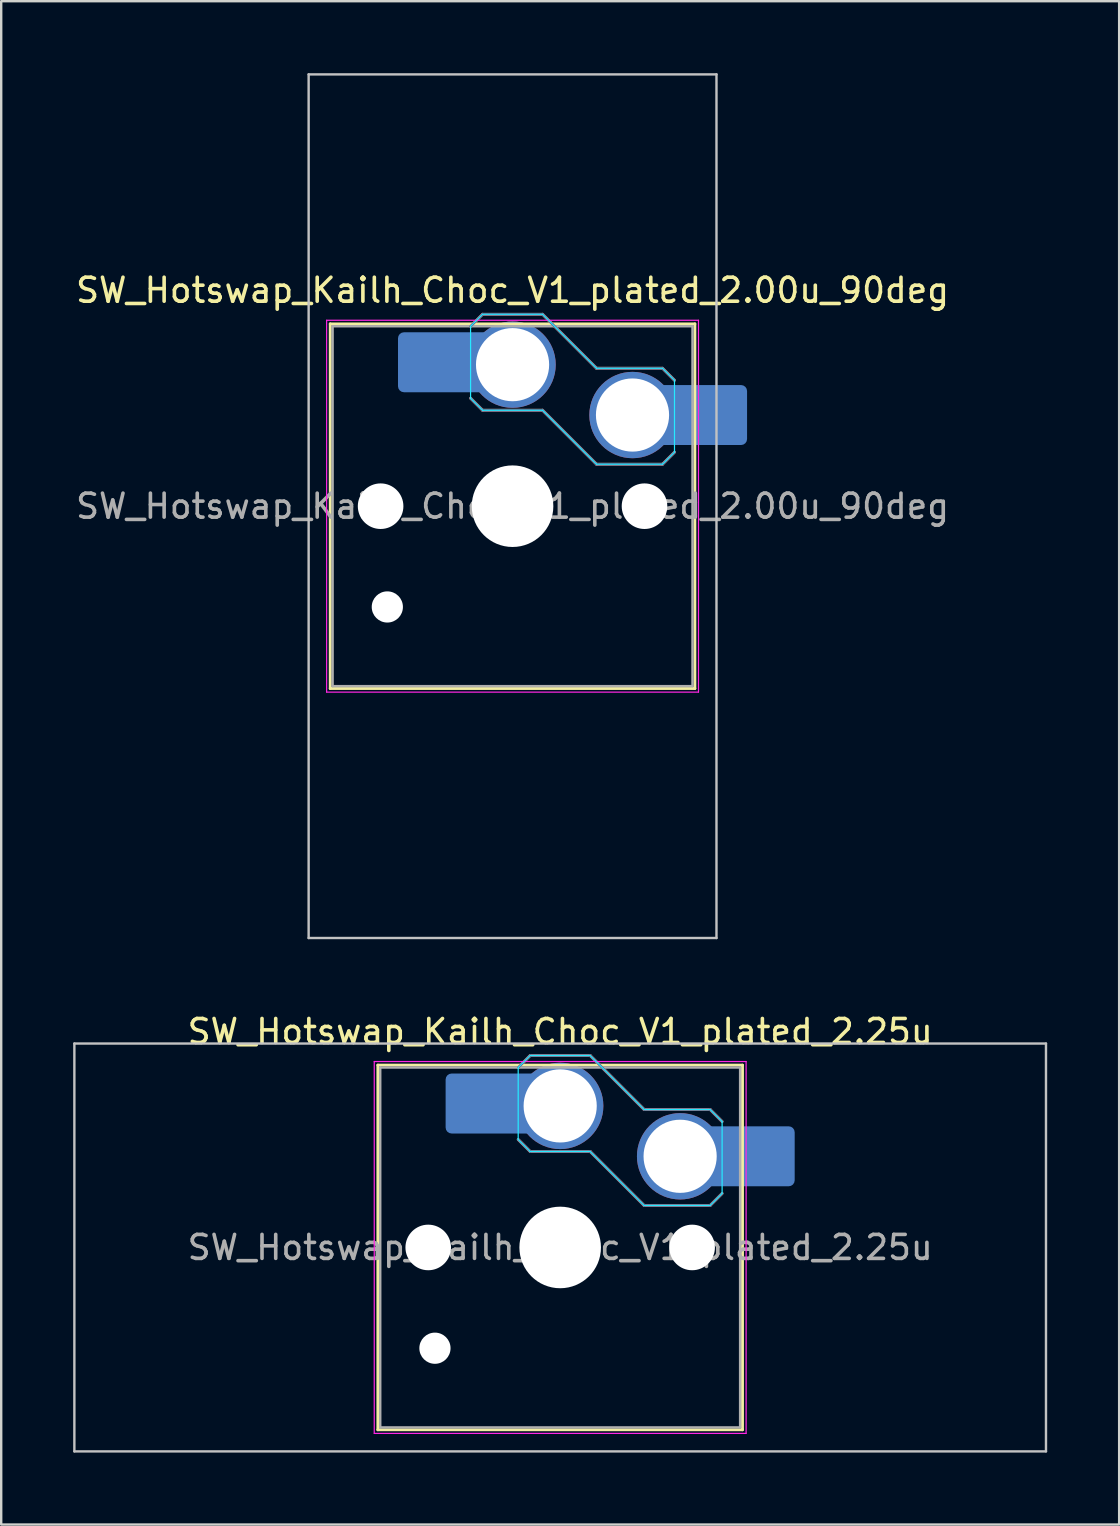
<source format=kicad_pcb>
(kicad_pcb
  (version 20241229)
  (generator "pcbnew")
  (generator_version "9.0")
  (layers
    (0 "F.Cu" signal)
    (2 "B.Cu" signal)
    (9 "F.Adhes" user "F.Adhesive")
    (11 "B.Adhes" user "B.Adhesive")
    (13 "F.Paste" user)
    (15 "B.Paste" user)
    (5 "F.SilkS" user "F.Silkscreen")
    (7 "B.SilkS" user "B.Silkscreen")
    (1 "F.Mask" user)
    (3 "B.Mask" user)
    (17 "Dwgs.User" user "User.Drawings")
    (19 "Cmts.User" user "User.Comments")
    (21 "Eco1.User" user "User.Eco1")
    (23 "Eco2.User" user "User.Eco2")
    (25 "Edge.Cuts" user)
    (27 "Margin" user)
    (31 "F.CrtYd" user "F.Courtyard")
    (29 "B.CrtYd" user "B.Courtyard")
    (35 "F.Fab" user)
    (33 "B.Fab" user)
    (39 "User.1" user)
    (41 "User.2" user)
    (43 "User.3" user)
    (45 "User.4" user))
  (footprint "SW_Hotswap_Kailh_Choc_V1_plated_2.00u_90deg"
    (layer "F.Cu")
    (at 18.315 18.05)
    (property "Reference" "SW_Hotswap_Kailh_Choc_V1_plated_2.00u_90deg" (at 0 -9 0) (layer "F.SilkS") (effects (font (size 1 1) (thickness 0.15))))
    (attr smd)
    (fp_line (start -7.6 -7.6) (end -7.6 7.6) (stroke (width 0.12) (type solid)) (layer "F.SilkS"))
    (fp_line (start -7.6 7.6) (end 7.6 7.6) (stroke (width 0.12) (type solid)) (layer "F.SilkS"))
    (fp_line (start 7.6 -7.6) (end -7.6 -7.6) (stroke (width 0.12) (type solid)) (layer "F.SilkS"))
    (fp_line (start 7.6 7.6) (end 7.6 -7.6) (stroke (width 0.12) (type solid)) (layer "F.SilkS"))
    (fp_line (start -1.75 -7.5) (end -1.25 -8) (stroke (width 0.12) (type solid)) (layer "B.SilkS"))
    (fp_line (start -1.25 -8) (end 1.25 -8) (stroke (width 0.12) (type solid)) (layer "B.SilkS"))
    (fp_line (start -1.25 -4) (end -1.75 -4.5) (stroke (width 0.12) (type solid)) (layer "B.SilkS"))
    (fp_line (start 1.25 -8) (end 3.5 -5.75) (stroke (width 0.12) (type solid)) (layer "B.SilkS"))
    (fp_line (start 1.25 -4) (end -1.25 -4) (stroke (width 0.12) (type solid)) (layer "B.SilkS"))
    (fp_line (start 3.5 -5.75) (end 6.25 -5.75) (stroke (width 0.12) (type solid)) (layer "B.SilkS"))
    (fp_line (start 3.5 -1.75) (end 1.25 -4) (stroke (width 0.12) (type solid)) (layer "B.SilkS"))
    (fp_line (start 6.25 -5.75) (end 6.75 -5.25) (stroke (width 0.12) (type solid)) (layer "B.SilkS"))
    (fp_line (start 6.25 -1.75) (end 3.5 -1.75) (stroke (width 0.12) (type solid)) (layer "B.SilkS"))
    (fp_line (start 6.75 -2.25) (end 6.25 -1.75) (stroke (width 0.12) (type solid)) (layer "B.SilkS"))
    (fp_line (start -8.5 -18) (end 8.5 -18) (stroke (width 0.1) (type solid)) (layer "Dwgs.User"))
    (fp_line (start -8.5 18) (end -8.5 -18) (stroke (width 0.1) (type solid)) (layer "Dwgs.User"))
    (fp_line (start 8.5 -18) (end 8.5 18) (stroke (width 0.1) (type solid)) (layer "Dwgs.User"))
    (fp_line (start 8.5 18) (end -8.5 18) (stroke (width 0.1) (type solid)) (layer "Dwgs.User"))
    (fp_line (start -7.25 -7.25) (end -7.25 7.25) (stroke (width 0.1) (type solid)) (layer "Eco1.User"))
    (fp_line (start -7.25 7.25) (end 7.25 7.25) (stroke (width 0.1) (type solid)) (layer "Eco1.User"))
    (fp_line (start 7.25 -7.25) (end -7.25 -7.25) (stroke (width 0.1) (type solid)) (layer "Eco1.User"))
    (fp_line (start 7.25 7.25) (end 7.25 -7.25) (stroke (width 0.1) (type solid)) (layer "Eco1.User"))
    (fp_line (start -1.75 -7.5) (end -1.25 -8) (stroke (width 0.05) (type solid)) (layer "B.CrtYd"))
    (fp_line (start -1.75 -4.5) (end -1.75 -7.5) (stroke (width 0.05) (type solid)) (layer "B.CrtYd"))
    (fp_line (start -1.25 -8) (end 1.25 -8) (stroke (width 0.05) (type solid)) (layer "B.CrtYd"))
    (fp_line (start -1.25 -4) (end -1.75 -4.5) (stroke (width 0.05) (type solid)) (layer "B.CrtYd"))
    (fp_line (start 1.25 -8) (end 3.5 -5.75) (stroke (width 0.05) (type solid)) (layer "B.CrtYd"))
    (fp_line (start 1.25 -4) (end -1.25 -4) (stroke (width 0.05) (type solid)) (layer "B.CrtYd"))
    (fp_line (start 3.5 -5.75) (end 6.25 -5.75) (stroke (width 0.05) (type solid)) (layer "B.CrtYd"))
    (fp_line (start 3.5 -1.75) (end 1.25 -4) (stroke (width 0.05) (type solid)) (layer "B.CrtYd"))
    (fp_line (start 6.25 -5.75) (end 6.75 -5.25) (stroke (width 0.05) (type solid)) (layer "B.CrtYd"))
    (fp_line (start 6.25 -1.75) (end 3.5 -1.75) (stroke (width 0.05) (type solid)) (layer "B.CrtYd"))
    (fp_line (start 6.75 -5.25) (end 6.75 -2.25) (stroke (width 0.05) (type solid)) (layer "B.CrtYd"))
    (fp_line (start 6.75 -2.25) (end 6.25 -1.75) (stroke (width 0.05) (type solid)) (layer "B.CrtYd"))
    (fp_line (start -7.75 -7.75) (end -7.75 7.75) (stroke (width 0.05) (type solid)) (layer "F.CrtYd"))
    (fp_line (start -7.75 7.75) (end 7.75 7.75) (stroke (width 0.05) (type solid)) (layer "F.CrtYd"))
    (fp_line (start 7.75 -7.75) (end -7.75 -7.75) (stroke (width 0.05) (type solid)) (layer "F.CrtYd"))
    (fp_line (start 7.75 7.75) (end 7.75 -7.75) (stroke (width 0.05) (type solid)) (layer "F.CrtYd"))
    (fp_line (start -1.75 -7.5) (end -1.25 -8) (stroke (width 0.1) (type solid)) (layer "B.Fab"))
    (fp_line (start -1.25 -8) (end 1.25 -8) (stroke (width 0.1) (type solid)) (layer "B.Fab"))
    (fp_line (start -1.25 -4) (end -1.75 -4.5) (stroke (width 0.1) (type solid)) (layer "B.Fab"))
    (fp_line (start 1.25 -8) (end 3.5 -5.75) (stroke (width 0.1) (type solid)) (layer "B.Fab"))
    (fp_line (start 1.25 -4) (end -1.25 -4) (stroke (width 0.1) (type solid)) (layer "B.Fab"))
    (fp_line (start 3.5 -5.75) (end 6.25 -5.75) (stroke (width 0.1) (type solid)) (layer "B.Fab"))
    (fp_line (start 3.5 -1.75) (end 1.25 -4) (stroke (width 0.1) (type solid)) (layer "B.Fab"))
    (fp_line (start 6.25 -5.75) (end 6.75 -5.25) (stroke (width 0.1) (type solid)) (layer "B.Fab"))
    (fp_line (start 6.25 -1.75) (end 3.5 -1.75) (stroke (width 0.1) (type solid)) (layer "B.Fab"))
    (fp_line (start 6.75 -2.25) (end 6.25 -1.75) (stroke (width 0.1) (type solid)) (layer "B.Fab"))
    (fp_line (start -7.5 -7.5) (end -7.5 7.5) (stroke (width 0.1) (type solid)) (layer "F.Fab"))
    (fp_line (start -7.5 7.5) (end 7.5 7.5) (stroke (width 0.1) (type solid)) (layer "F.Fab"))
    (fp_line (start 7.5 -7.5) (end -7.5 -7.5) (stroke (width 0.1) (type solid)) (layer "F.Fab"))
    (fp_line (start 7.5 7.5) (end 7.5 -7.5) (stroke (width 0.1) (type solid)) (layer "F.Fab"))
    (fp_text user "${REFERENCE}" (at 0 0 0) (layer "F.Fab") (effects (font (size 1 1) (thickness 0.15))))
    (pad "" np_thru_hole circle (at -5.5 0) (size 1.9 1.9) (drill 1.9) (layers "*.Cu" "*.Mask"))
    (pad "" np_thru_hole circle (at -5.22 4.2) (size 1.3 1.3) (drill 1.3) (layers "*.Cu" "*.Mask"))
    (pad "" smd roundrect (at -3.5 -6) (size 2.55 2.5) (layers "B.Mask" "B.Paste") (roundrect_rratio 0.1))
    (pad "" np_thru_hole circle (at 0 0) (size 3.4 3.4) (drill 3.4) (layers "*.Cu" "*.Mask"))
    (pad "" np_thru_hole circle (at 5.5 0) (size 1.9 1.9) (drill 1.9) (layers "*.Cu" "*.Mask"))
    (pad "" smd roundrect (at 8.5 -3.8) (size 2.55 2.5) (layers "B.Mask" "B.Paste") (roundrect_rratio 0.1))
    (pad "1" smd roundrect (at -2.85 -6) (size 3.85 2.5) (layers "B.Cu") (roundrect_rratio 0.1))
    (pad "1" thru_hole circle (at 0 -5.9) (size 3.6 3.6) (drill 3.05) (layers "*.Cu" "B.Mask"))
    (pad "2" thru_hole circle (at 5 -3.8) (size 3.6 3.6) (drill 3.05) (layers "*.Cu" "B.Mask"))
    (pad "2" smd roundrect (at 7.85 -3.8) (size 3.85 2.5) (layers "B.Cu") (roundrect_rratio 0.1)))
  (footprint "SW_Hotswap_Kailh_Choc_V1_plated_2.25u"
    (layer "F.Cu")
    (at 20.3 48.948)
    (property "Reference" "SW_Hotswap_Kailh_Choc_V1_plated_2.25u" (at 0 -9 0) (layer "F.SilkS") (effects (font (size 1 1) (thickness 0.15))))
    (attr smd)
    (fp_line (start -7.6 -7.6) (end -7.6 7.6) (stroke (width 0.12) (type solid)) (layer "F.SilkS"))
    (fp_line (start -7.6 7.6) (end 7.6 7.6) (stroke (width 0.12) (type solid)) (layer "F.SilkS"))
    (fp_line (start 7.6 -7.6) (end -7.6 -7.6) (stroke (width 0.12) (type solid)) (layer "F.SilkS"))
    (fp_line (start 7.6 7.6) (end 7.6 -7.6) (stroke (width 0.12) (type solid)) (layer "F.SilkS"))
    (fp_line (start -1.75 -7.5) (end -1.25 -8) (stroke (width 0.12) (type solid)) (layer "B.SilkS"))
    (fp_line (start -1.25 -8) (end 1.25 -8) (stroke (width 0.12) (type solid)) (layer "B.SilkS"))
    (fp_line (start -1.25 -4) (end -1.75 -4.5) (stroke (width 0.12) (type solid)) (layer "B.SilkS"))
    (fp_line (start 1.25 -8) (end 3.5 -5.75) (stroke (width 0.12) (type solid)) (layer "B.SilkS"))
    (fp_line (start 1.25 -4) (end -1.25 -4) (stroke (width 0.12) (type solid)) (layer "B.SilkS"))
    (fp_line (start 3.5 -5.75) (end 6.25 -5.75) (stroke (width 0.12) (type solid)) (layer "B.SilkS"))
    (fp_line (start 3.5 -1.75) (end 1.25 -4) (stroke (width 0.12) (type solid)) (layer "B.SilkS"))
    (fp_line (start 6.25 -5.75) (end 6.75 -5.25) (stroke (width 0.12) (type solid)) (layer "B.SilkS"))
    (fp_line (start 6.25 -1.75) (end 3.5 -1.75) (stroke (width 0.12) (type solid)) (layer "B.SilkS"))
    (fp_line (start 6.75 -2.25) (end 6.25 -1.75) (stroke (width 0.12) (type solid)) (layer "B.SilkS"))
    (fp_line (start -20.25 -8.5) (end -20.25 8.5) (stroke (width 0.1) (type solid)) (layer "Dwgs.User"))
    (fp_line (start -20.25 8.5) (end 20.25 8.5) (stroke (width 0.1) (type solid)) (layer "Dwgs.User"))
    (fp_line (start 20.25 -8.5) (end -20.25 -8.5) (stroke (width 0.1) (type solid)) (layer "Dwgs.User"))
    (fp_line (start 20.25 8.5) (end 20.25 -8.5) (stroke (width 0.1) (type solid)) (layer "Dwgs.User"))
    (fp_line (start -7.25 -7.25) (end -7.25 7.25) (stroke (width 0.1) (type solid)) (layer "Eco1.User"))
    (fp_line (start -7.25 7.25) (end 7.25 7.25) (stroke (width 0.1) (type solid)) (layer "Eco1.User"))
    (fp_line (start 7.25 -7.25) (end -7.25 -7.25) (stroke (width 0.1) (type solid)) (layer "Eco1.User"))
    (fp_line (start 7.25 7.25) (end 7.25 -7.25) (stroke (width 0.1) (type solid)) (layer "Eco1.User"))
    (fp_line (start -1.75 -7.5) (end -1.25 -8) (stroke (width 0.05) (type solid)) (layer "B.CrtYd"))
    (fp_line (start -1.75 -4.5) (end -1.75 -7.5) (stroke (width 0.05) (type solid)) (layer "B.CrtYd"))
    (fp_line (start -1.25 -8) (end 1.25 -8) (stroke (width 0.05) (type solid)) (layer "B.CrtYd"))
    (fp_line (start -1.25 -4) (end -1.75 -4.5) (stroke (width 0.05) (type solid)) (layer "B.CrtYd"))
    (fp_line (start 1.25 -8) (end 3.5 -5.75) (stroke (width 0.05) (type solid)) (layer "B.CrtYd"))
    (fp_line (start 1.25 -4) (end -1.25 -4) (stroke (width 0.05) (type solid)) (layer "B.CrtYd"))
    (fp_line (start 3.5 -5.75) (end 6.25 -5.75) (stroke (width 0.05) (type solid)) (layer "B.CrtYd"))
    (fp_line (start 3.5 -1.75) (end 1.25 -4) (stroke (width 0.05) (type solid)) (layer "B.CrtYd"))
    (fp_line (start 6.25 -5.75) (end 6.75 -5.25) (stroke (width 0.05) (type solid)) (layer "B.CrtYd"))
    (fp_line (start 6.25 -1.75) (end 3.5 -1.75) (stroke (width 0.05) (type solid)) (layer "B.CrtYd"))
    (fp_line (start 6.75 -5.25) (end 6.75 -2.25) (stroke (width 0.05) (type solid)) (layer "B.CrtYd"))
    (fp_line (start 6.75 -2.25) (end 6.25 -1.75) (stroke (width 0.05) (type solid)) (layer "B.CrtYd"))
    (fp_line (start -7.75 -7.75) (end -7.75 7.75) (stroke (width 0.05) (type solid)) (layer "F.CrtYd"))
    (fp_line (start -7.75 7.75) (end 7.75 7.75) (stroke (width 0.05) (type solid)) (layer "F.CrtYd"))
    (fp_line (start 7.75 -7.75) (end -7.75 -7.75) (stroke (width 0.05) (type solid)) (layer "F.CrtYd"))
    (fp_line (start 7.75 7.75) (end 7.75 -7.75) (stroke (width 0.05) (type solid)) (layer "F.CrtYd"))
    (fp_line (start -1.75 -7.5) (end -1.25 -8) (stroke (width 0.1) (type solid)) (layer "B.Fab"))
    (fp_line (start -1.25 -8) (end 1.25 -8) (stroke (width 0.1) (type solid)) (layer "B.Fab"))
    (fp_line (start -1.25 -4) (end -1.75 -4.5) (stroke (width 0.1) (type solid)) (layer "B.Fab"))
    (fp_line (start 1.25 -8) (end 3.5 -5.75) (stroke (width 0.1) (type solid)) (layer "B.Fab"))
    (fp_line (start 1.25 -4) (end -1.25 -4) (stroke (width 0.1) (type solid)) (layer "B.Fab"))
    (fp_line (start 3.5 -5.75) (end 6.25 -5.75) (stroke (width 0.1) (type solid)) (layer "B.Fab"))
    (fp_line (start 3.5 -1.75) (end 1.25 -4) (stroke (width 0.1) (type solid)) (layer "B.Fab"))
    (fp_line (start 6.25 -5.75) (end 6.75 -5.25) (stroke (width 0.1) (type solid)) (layer "B.Fab"))
    (fp_line (start 6.25 -1.75) (end 3.5 -1.75) (stroke (width 0.1) (type solid)) (layer "B.Fab"))
    (fp_line (start 6.75 -2.25) (end 6.25 -1.75) (stroke (width 0.1) (type solid)) (layer "B.Fab"))
    (fp_line (start -7.5 -7.5) (end -7.5 7.5) (stroke (width 0.1) (type solid)) (layer "F.Fab"))
    (fp_line (start -7.5 7.5) (end 7.5 7.5) (stroke (width 0.1) (type solid)) (layer "F.Fab"))
    (fp_line (start 7.5 -7.5) (end -7.5 -7.5) (stroke (width 0.1) (type solid)) (layer "F.Fab"))
    (fp_line (start 7.5 7.5) (end 7.5 -7.5) (stroke (width 0.1) (type solid)) (layer "F.Fab"))
    (fp_text user "${REFERENCE}" (at 0 0 0) (layer "F.Fab") (effects (font (size 1 1) (thickness 0.15))))
    (pad "" np_thru_hole circle (at -5.5 0) (size 1.9 1.9) (drill 1.9) (layers "*.Cu" "*.Mask"))
    (pad "" np_thru_hole circle (at -5.22 4.2) (size 1.3 1.3) (drill 1.3) (layers "*.Cu" "*.Mask"))
    (pad "" smd roundrect (at -3.5 -6) (size 2.55 2.5) (layers "B.Mask" "B.Paste") (roundrect_rratio 0.1))
    (pad "" np_thru_hole circle (at 0 0) (size 3.4 3.4) (drill 3.4) (layers "*.Cu" "*.Mask"))
    (pad "" np_thru_hole circle (at 5.5 0) (size 1.9 1.9) (drill 1.9) (layers "*.Cu" "*.Mask"))
    (pad "" smd roundrect (at 8.5 -3.8) (size 2.55 2.5) (layers "B.Mask" "B.Paste") (roundrect_rratio 0.1))
    (pad "1" smd roundrect (at -2.85 -6) (size 3.85 2.5) (layers "B.Cu") (roundrect_rratio 0.1))
    (pad "1" thru_hole circle (at 0 -5.9) (size 3.6 3.6) (drill 3.05) (layers "*.Cu" "B.Mask"))
    (pad "2" thru_hole circle (at 5 -3.8) (size 3.6 3.6) (drill 3.05) (layers "*.Cu" "B.Mask"))
    (pad "2" smd roundrect (at 7.85 -3.8) (size 3.85 2.5) (layers "B.Cu") (roundrect_rratio 0.1)))
  (gr_rect
    (start -3 -3)
    (end 43.6 60.498)
    (stroke (width 0.1) (type default))
    (fill no)
    (layer "Edge.Cuts")))
</source>
